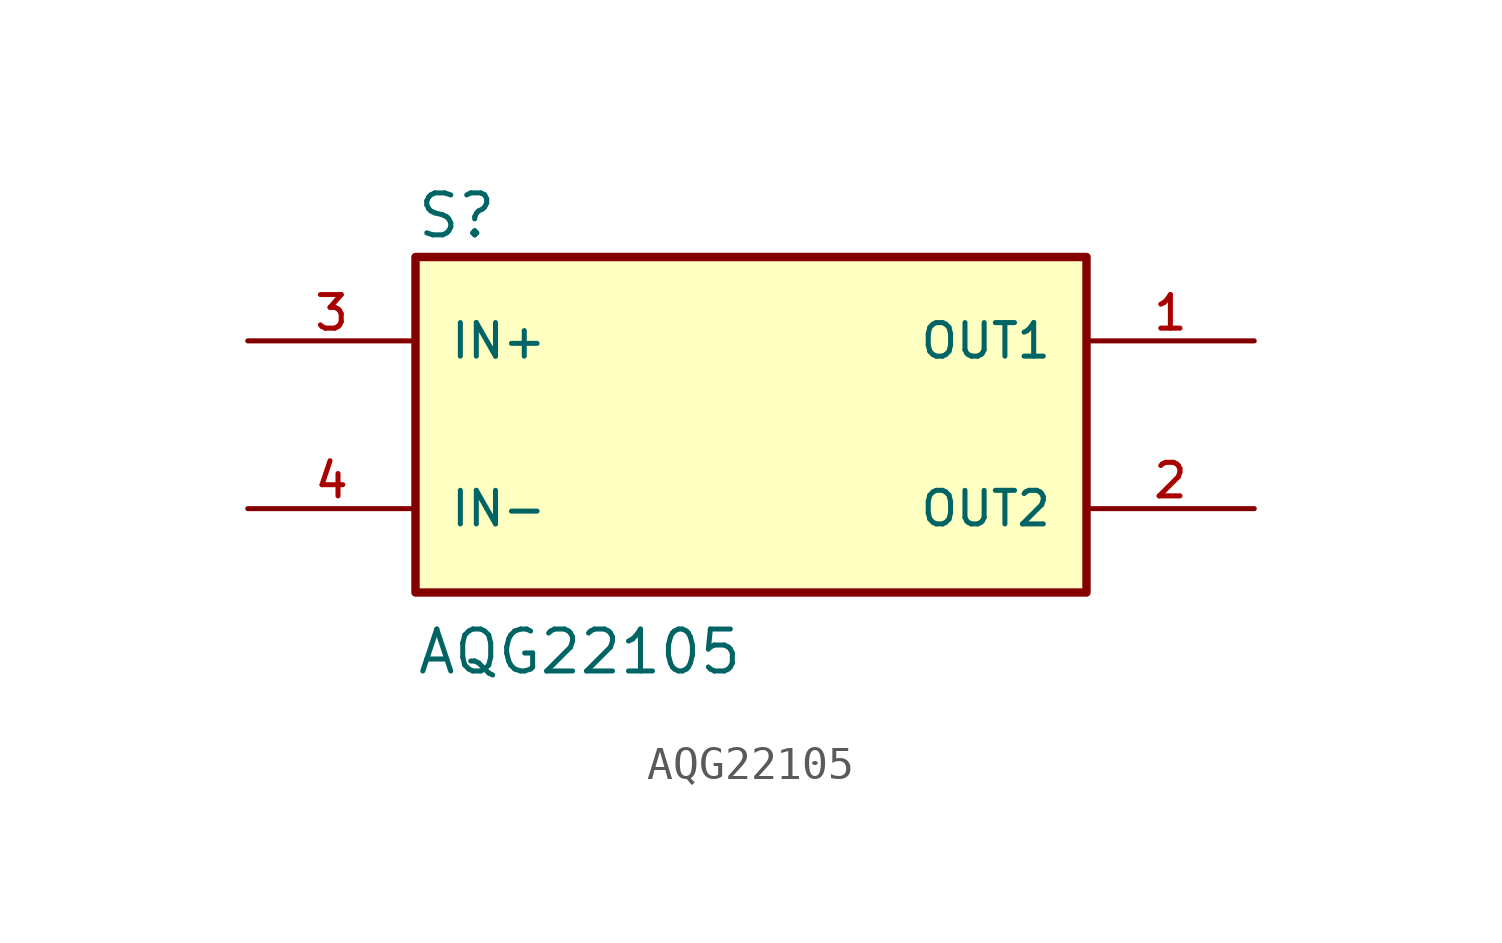
<source format=kicad_sym>
(kicad_symbol_lib
  (version 20231120)
  (generator "kicad_symbol_editor")
  (generator_version "8.0")
  (symbol "AQG22105"
    (pin_names
      (offset 1.016))
    (property "Reference" "S"
      (at -10.16 5.588 0)
      (effects (font (size 1.27 1.27)) (justify left bottom)))
    (property "Value" "AQG22105"
      (at -10.16 -7.62 0)
      (effects (font (size 1.27 1.27)) (justify left bottom)))
    (symbol "AQG22105_0_0"
      (rectangle (start -10.16 -5.08) (end 10.16 5.08) (stroke (width 0.254) (type default)) (fill (type background)))
      (pin output line (at 15.24 2.54 180) (length 5.08) (name "OUT1" (effects (font (size 1.016 1.016)))) (number "1" (effects (font (size 1.016 1.016)))))
      (pin output line (at 15.24 -2.54 180) (length 5.08) (name "OUT2" (effects (font (size 1.016 1.016)))) (number "2" (effects (font (size 1.016 1.016)))))
      (pin input line (at -15.24 2.54 0) (length 5.08) (name "IN+" (effects (font (size 1.016 1.016)))) (number "3" (effects (font (size 1.016 1.016)))))
      (pin input line (at -15.24 -2.54 0) (length 5.08) (name "IN-" (effects (font (size 1.016 1.016)))) (number "4" (effects (font (size 1.016 1.016))))))))
</source>
